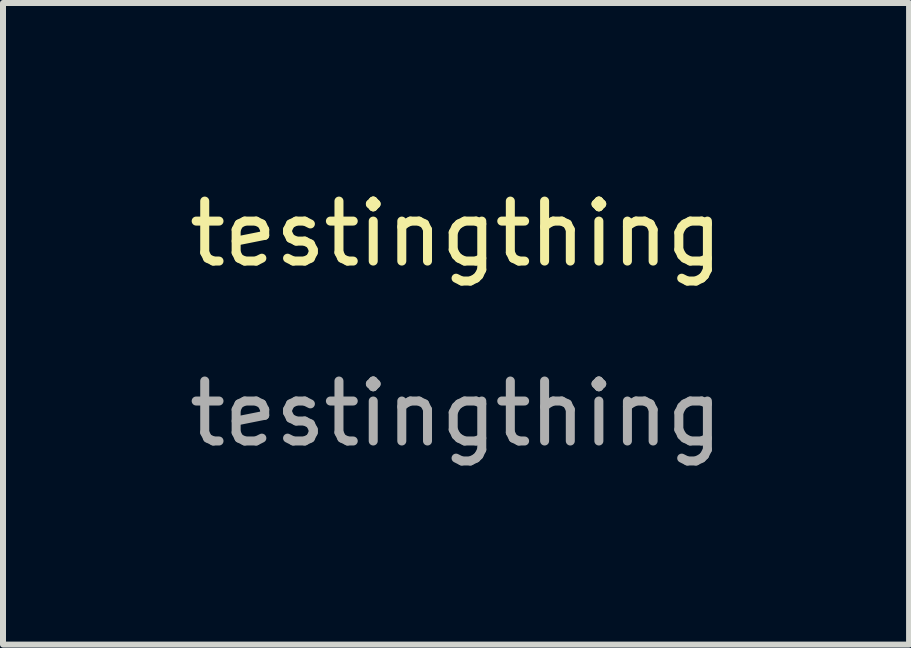
<source format=kicad_pcb>
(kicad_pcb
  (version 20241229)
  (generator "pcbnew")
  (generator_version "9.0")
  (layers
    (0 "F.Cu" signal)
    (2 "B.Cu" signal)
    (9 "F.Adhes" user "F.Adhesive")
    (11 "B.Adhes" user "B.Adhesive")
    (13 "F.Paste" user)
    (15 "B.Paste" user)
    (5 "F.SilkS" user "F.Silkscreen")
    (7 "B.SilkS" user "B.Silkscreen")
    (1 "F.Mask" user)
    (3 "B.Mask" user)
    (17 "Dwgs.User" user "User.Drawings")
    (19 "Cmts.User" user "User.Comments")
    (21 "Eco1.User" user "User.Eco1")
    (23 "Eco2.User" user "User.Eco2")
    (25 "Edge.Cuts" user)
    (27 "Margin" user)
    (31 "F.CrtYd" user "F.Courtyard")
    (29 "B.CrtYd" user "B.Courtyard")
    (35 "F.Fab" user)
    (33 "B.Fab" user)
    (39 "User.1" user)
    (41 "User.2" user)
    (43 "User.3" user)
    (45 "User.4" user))
  (footprint "testingthing"
    (layer "F.Cu")
    (at 4.554 1.348)
    (property "Reference" "testingthing" (at 0 -0.5 0) (unlocked yes) (layer "F.SilkS") (effects (font (size 1 1) (thickness 0.15))))
    (attr through_hole)
    (fp_text user "${REFERENCE}" (at 0 2.5 0) (unlocked yes) (layer "F.Fab") (effects (font (size 1 1) (thickness 0.15)))))
  (gr_rect
    (start -3 -3)
    (end 12.107 7.697)
    (stroke (width 0.1) (type default))
    (fill no)
    (layer "Edge.Cuts")))
</source>
